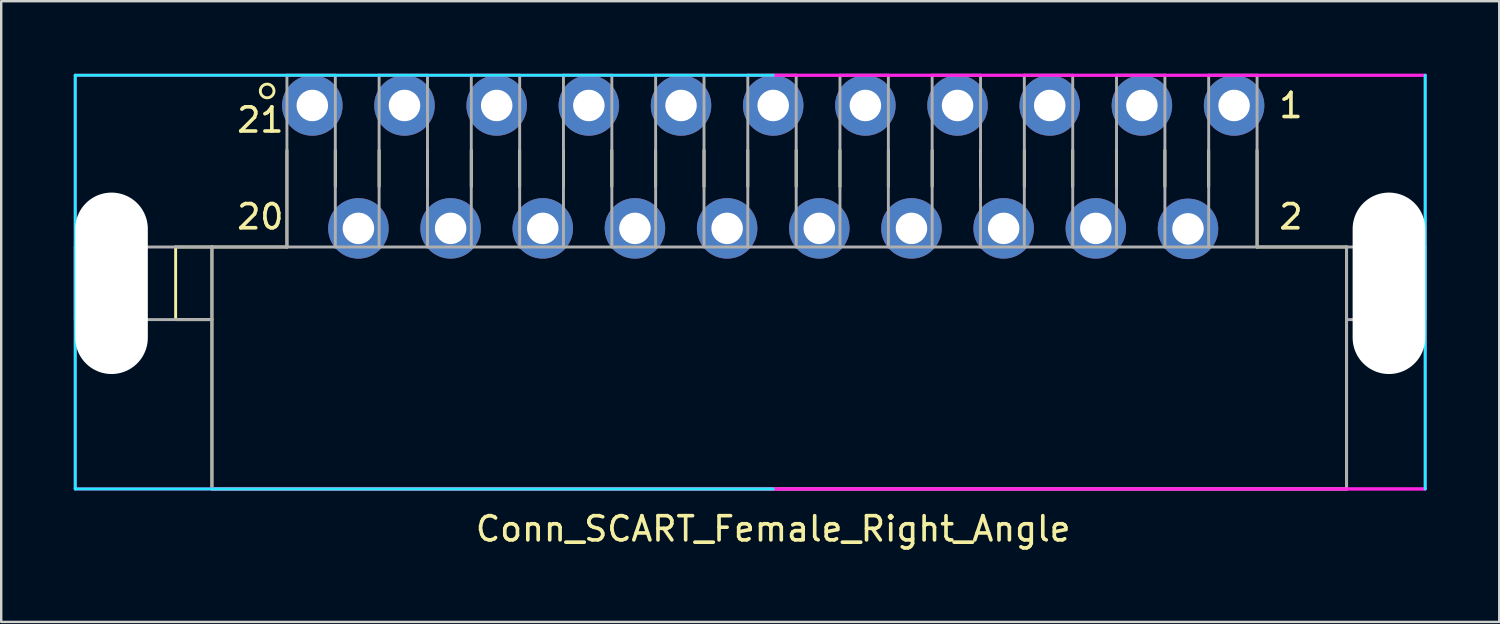
<source format=kicad_pcb>
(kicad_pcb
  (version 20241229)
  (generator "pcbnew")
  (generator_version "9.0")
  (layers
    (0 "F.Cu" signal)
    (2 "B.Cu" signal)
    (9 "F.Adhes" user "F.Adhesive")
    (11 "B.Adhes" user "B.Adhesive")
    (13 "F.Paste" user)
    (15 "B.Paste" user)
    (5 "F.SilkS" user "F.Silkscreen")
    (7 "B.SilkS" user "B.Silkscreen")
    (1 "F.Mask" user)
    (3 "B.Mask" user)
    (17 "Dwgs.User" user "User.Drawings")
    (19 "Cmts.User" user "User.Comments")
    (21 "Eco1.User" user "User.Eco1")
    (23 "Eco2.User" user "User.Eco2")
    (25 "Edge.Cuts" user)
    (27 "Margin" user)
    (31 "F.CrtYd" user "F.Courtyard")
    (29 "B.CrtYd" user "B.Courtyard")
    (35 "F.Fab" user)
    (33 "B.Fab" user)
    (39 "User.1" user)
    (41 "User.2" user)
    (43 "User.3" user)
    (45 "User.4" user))
  (footprint "Conn_SCART_Female_Right_Angle"
    (layer "F.Cu")
    (at 28.91 11.31)
    (property "Reference" "Conn_SCART_Female_Right_Angle" (at 0 7.5 180) (layer "F.SilkS") (effects (font (size 1 1) (thickness 0.15))))
    (attr through_hole)
    (fp_line (start -24.7 -4.15) (end -23.2 -4.15) (stroke (width 0.12) (type solid)) (layer "F.SilkS"))
    (fp_line (start -24.7 -1.15) (end -24.7 -4.15) (stroke (width 0.12) (type solid)) (layer "F.SilkS"))
    (fp_line (start -23.2 -4.15) (end -20.1 -4.15) (stroke (width 0.12) (type solid)) (layer "F.SilkS"))
    (fp_line (start -23.2 -1.15) (end -24.7 -1.15) (stroke (width 0.12) (type solid)) (layer "F.SilkS"))
    (fp_line (start -23.2 5.85) (end -23.2 -4.15) (stroke (width 0.12) (type solid)) (layer "F.SilkS"))
    (fp_line (start -20.1 -4.15) (end -20.1 -8.15) (stroke (width 0.12) (type solid)) (layer "F.SilkS"))
    (fp_line (start -18.1 -8.15) (end -18.1 -6.65) (stroke (width 0.12) (type solid)) (layer "F.SilkS"))
    (fp_line (start -16.29 -8.15) (end -16.29 -6.65) (stroke (width 0.12) (type solid)) (layer "F.SilkS"))
    (fp_line (start -14.29 -8.15) (end -14.29 -6.65) (stroke (width 0.12) (type solid)) (layer "F.SilkS"))
    (fp_line (start -12.48 -8.15) (end -12.48 -6.65) (stroke (width 0.12) (type solid)) (layer "F.SilkS"))
    (fp_line (start -10.48 -8.15) (end -10.48 -6.65) (stroke (width 0.12) (type solid)) (layer "F.SilkS"))
    (fp_line (start -8.67 -8.15) (end -8.67 -6.65) (stroke (width 0.12) (type solid)) (layer "F.SilkS"))
    (fp_line (start -6.67 -8.15) (end -6.67 -6.65) (stroke (width 0.12) (type solid)) (layer "F.SilkS"))
    (fp_line (start -4.86 -8.15) (end -4.86 -6.65) (stroke (width 0.12) (type solid)) (layer "F.SilkS"))
    (fp_line (start -2.86 -8.15) (end -2.86 -6.65) (stroke (width 0.12) (type solid)) (layer "F.SilkS"))
    (fp_line (start -1.05 -8.15) (end -1.05 -6.65) (stroke (width 0.12) (type solid)) (layer "F.SilkS"))
    (fp_line (start 0.95 -8.15) (end 0.95 -6.65) (stroke (width 0.12) (type solid)) (layer "F.SilkS"))
    (fp_line (start 2.76 -8.15) (end 2.76 -6.65) (stroke (width 0.12) (type solid)) (layer "F.SilkS"))
    (fp_line (start 4.76 -8.15) (end 4.76 -6.65) (stroke (width 0.12) (type solid)) (layer "F.SilkS"))
    (fp_line (start 6.57 -8.15) (end 6.57 -6.65) (stroke (width 0.12) (type solid)) (layer "F.SilkS"))
    (fp_line (start 8.57 -8.15) (end 8.57 -6.65) (stroke (width 0.12) (type solid)) (layer "F.SilkS"))
    (fp_line (start 10.38 -8.15) (end 10.38 -6.65) (stroke (width 0.12) (type solid)) (layer "F.SilkS"))
    (fp_line (start 12.38 -8.15) (end 12.38 -6.65) (stroke (width 0.12) (type solid)) (layer "F.SilkS"))
    (fp_line (start 14.19 -8.15) (end 14.19 -6.65) (stroke (width 0.12) (type solid)) (layer "F.SilkS"))
    (fp_line (start 16.19 -8.15) (end 16.19 -6.65) (stroke (width 0.12) (type solid)) (layer "F.SilkS"))
    (fp_line (start 18 -8.15) (end 18 -6.65) (stroke (width 0.12) (type solid)) (layer "F.SilkS"))
    (fp_line (start 20 -4.15) (end 20 -8.15) (stroke (width 0.12) (type solid)) (layer "F.SilkS"))
    (fp_line (start 23.7 -4.15) (end 20 -4.15) (stroke (width 0.12) (type solid)) (layer "F.SilkS"))
    (fp_line (start 23.7 5.85) (end -23.2 5.85) (stroke (width 0.12) (type solid)) (layer "F.SilkS"))
    (fp_line (start 23.7 5.85) (end 23.7 -4.15) (stroke (width 0.12) (type solid)) (layer "F.SilkS"))
    (fp_circle (center -20.917 -10.6) (end -21.117 -10.4) (stroke (width 0.12) (type solid)) (fill no) (layer "F.SilkS"))
    (fp_line (start -28.85 -11.25) (end -28.85 5.85) (stroke (width 0.12) (type solid)) (layer "B.CrtYd"))
    (fp_line (start 0 -11.25) (end -28.85 -11.25) (stroke (width 0.12) (type solid)) (layer "B.CrtYd"))
    (fp_line (start 0 5.85) (end -28.85 5.85) (stroke (width 0.12) (type solid)) (layer "B.CrtYd"))
    (fp_line (start 26.95 5.85) (end 26.95 -11.25) (stroke (width 0.12) (type solid)) (layer "B.CrtYd"))
    (fp_line (start -28.85 -11.25) (end -28.85 5.85) (stroke (width 0.12) (type solid)) (layer "F.CrtYd"))
    (fp_line (start 0 -11.25) (end -28.85 -11.25) (stroke (width 0.12) (type solid)) (layer "F.CrtYd"))
    (fp_line (start 0 -11.25) (end 26.95 -11.25) (stroke (width 0.12) (type solid)) (layer "F.CrtYd"))
    (fp_line (start 0 -11.25) (end 26.95 -11.25) (stroke (width 0.12) (type solid)) (layer "F.CrtYd"))
    (fp_line (start 0 5.85) (end -28.85 5.85) (stroke (width 0.12) (type solid)) (layer "F.CrtYd"))
    (fp_line (start 0 5.85) (end 26.95 5.85) (stroke (width 0.12) (type solid)) (layer "F.CrtYd"))
    (fp_line (start 0 5.85) (end 26.95 5.85) (stroke (width 0.12) (type solid)) (layer "F.CrtYd"))
    (fp_line (start 26.95 5.85) (end 26.95 -11.25) (stroke (width 0.12) (type solid)) (layer "F.CrtYd"))
    (fp_line (start -28.85 -1.15) (end -28.85 -4.15) (stroke (width 0.12) (type solid)) (layer "F.Fab"))
    (fp_line (start -23.2 -4.15) (end -28.85 -4.15) (stroke (width 0.12) (type solid)) (layer "F.Fab"))
    (fp_line (start -23.2 -4.15) (end 23.7 -4.15) (stroke (width 0.12) (type solid)) (layer "F.Fab"))
    (fp_line (start -23.2 -1.15) (end -28.85 -1.15) (stroke (width 0.12) (type solid)) (layer "F.Fab"))
    (fp_line (start -23.2 5.85) (end -23.2 -4.15) (stroke (width 0.12) (type solid)) (layer "F.Fab"))
    (fp_line (start -20.1 -4.15) (end -20.1 -11.25) (stroke (width 0.12) (type solid)) (layer "F.Fab"))
    (fp_line (start -18.1 -11.25) (end -20.1 -11.25) (stroke (width 0.12) (type solid)) (layer "F.Fab"))
    (fp_line (start -18.1 -4.15) (end -18.1 -11.25) (stroke (width 0.12) (type solid)) (layer "F.Fab"))
    (fp_line (start -16.29 -4.15) (end -16.29 -11.25) (stroke (width 0.12) (type solid)) (layer "F.Fab"))
    (fp_line (start -14.29 -11.25) (end -16.29 -11.25) (stroke (width 0.12) (type solid)) (layer "F.Fab"))
    (fp_line (start -14.29 -4.15) (end -14.29 -11.25) (stroke (width 0.12) (type solid)) (layer "F.Fab"))
    (fp_line (start -12.48 -4.15) (end -12.48 -11.25) (stroke (width 0.12) (type solid)) (layer "F.Fab"))
    (fp_line (start -10.48 -11.25) (end -12.48 -11.25) (stroke (width 0.12) (type solid)) (layer "F.Fab"))
    (fp_line (start -10.48 -4.15) (end -10.48 -11.25) (stroke (width 0.12) (type solid)) (layer "F.Fab"))
    (fp_line (start -8.67 -4.15) (end -8.67 -11.25) (stroke (width 0.12) (type solid)) (layer "F.Fab"))
    (fp_line (start -6.67 -11.25) (end -8.67 -11.25) (stroke (width 0.12) (type solid)) (layer "F.Fab"))
    (fp_line (start -6.67 -4.15) (end -6.67 -11.25) (stroke (width 0.12) (type solid)) (layer "F.Fab"))
    (fp_line (start -4.86 -4.15) (end -4.86 -11.25) (stroke (width 0.12) (type solid)) (layer "F.Fab"))
    (fp_line (start -2.86 -11.25) (end -4.86 -11.25) (stroke (width 0.12) (type solid)) (layer "F.Fab"))
    (fp_line (start -2.86 -4.15) (end -2.86 -11.25) (stroke (width 0.12) (type solid)) (layer "F.Fab"))
    (fp_line (start -1.05 -4.15) (end -1.05 -11.25) (stroke (width 0.12) (type solid)) (layer "F.Fab"))
    (fp_line (start 0 5.85) (end -23.2 5.85) (stroke (width 0.12) (type solid)) (layer "F.Fab"))
    (fp_line (start 0 5.85) (end 23.7 5.85) (stroke (width 0.12) (type solid)) (layer "F.Fab"))
    (fp_line (start 0.95 -11.25) (end -1.05 -11.25) (stroke (width 0.12) (type solid)) (layer "F.Fab"))
    (fp_line (start 0.95 -4.15) (end 0.95 -11.25) (stroke (width 0.12) (type solid)) (layer "F.Fab"))
    (fp_line (start 2.76 -4.15) (end 2.76 -11.25) (stroke (width 0.12) (type solid)) (layer "F.Fab"))
    (fp_line (start 4.76 -11.25) (end 2.76 -11.25) (stroke (width 0.12) (type solid)) (layer "F.Fab"))
    (fp_line (start 4.76 -4.15) (end 4.76 -11.25) (stroke (width 0.12) (type solid)) (layer "F.Fab"))
    (fp_line (start 6.57 -4.15) (end 6.57 -11.25) (stroke (width 0.12) (type solid)) (layer "F.Fab"))
    (fp_line (start 8.57 -11.25) (end 6.57 -11.25) (stroke (width 0.12) (type solid)) (layer "F.Fab"))
    (fp_line (start 8.57 -4.15) (end 8.57 -11.25) (stroke (width 0.12) (type solid)) (layer "F.Fab"))
    (fp_line (start 10.38 -4.15) (end 10.38 -11.25) (stroke (width 0.12) (type solid)) (layer "F.Fab"))
    (fp_line (start 12.38 -11.25) (end 10.38 -11.25) (stroke (width 0.12) (type solid)) (layer "F.Fab"))
    (fp_line (start 12.38 -4.15) (end 12.38 -11.25) (stroke (width 0.12) (type solid)) (layer "F.Fab"))
    (fp_line (start 14.19 -4.15) (end 14.19 -11.25) (stroke (width 0.12) (type solid)) (layer "F.Fab"))
    (fp_line (start 16.19 -11.25) (end 14.19 -11.25) (stroke (width 0.12) (type solid)) (layer "F.Fab"))
    (fp_line (start 16.19 -4.15) (end 16.19 -11.25) (stroke (width 0.12) (type solid)) (layer "F.Fab"))
    (fp_line (start 18 -4.15) (end 18 -11.25) (stroke (width 0.12) (type solid)) (layer "F.Fab"))
    (fp_line (start 20 -11.25) (end 18 -11.25) (stroke (width 0.12) (type solid)) (layer "F.Fab"))
    (fp_line (start 20 -4.15) (end 20 -11.25) (stroke (width 0.12) (type solid)) (layer "F.Fab"))
    (fp_line (start 23.7 -4.15) (end 23.7 5.85) (stroke (width 0.12) (type solid)) (layer "F.Fab"))
    (fp_line (start 23.7 -4.15) (end 26.95 -4.15) (stroke (width 0.12) (type solid)) (layer "F.Fab"))
    (fp_line (start 23.7 -1.15) (end 26.95 -1.15) (stroke (width 0.12) (type solid)) (layer "F.Fab"))
    (fp_line (start 26.95 -1.15) (end 26.95 -4.15) (stroke (width 0.12) (type solid)) (layer "F.Fab"))
    (fp_text user "21" (at -21.2 -9.4 180) (layer "F.SilkS") (effects (font (size 1 1) (thickness 0.15))))
    (fp_text user "2" (at 21.4 -5.4 180) (layer "F.SilkS") (effects (font (size 1 1) (thickness 0.15))))
    (fp_text user "1" (at 21.4 -10 180) (layer "F.SilkS") (effects (font (size 1 1) (thickness 0.15))))
    (fp_text user "20" (at -21.2 -5.4 180) (layer "F.SilkS") (effects (font (size 1 1) (thickness 0.15))))
    (pad "" np_thru_hole oval (at -27.35 -2.65 180) (size 3 7.5) (drill oval 3 7.5) (layers "*.Cu" "*.Mask"))
    (pad "" np_thru_hole oval (at 25.45 -2.65 180) (size 3 7.5) (drill oval 3 7.5) (layers "*.Cu" "*.Mask"))
    (pad "1" thru_hole circle (at 19.05 -10 180) (size 2.5 2.5) (drill 1.3) (layers "*.Cu" "*.Mask"))
    (pad "2" thru_hole circle (at 17.145 -4.9 180) (size 2.5 2.5) (drill 1.3) (layers "*.Cu" "*.Mask"))
    (pad "3" thru_hole circle (at 15.24 -10 180) (size 2.5 2.5) (drill 1.3) (layers "*.Cu" "*.Mask"))
    (pad "4" thru_hole circle (at 13.335 -4.92 180) (size 2.5 2.5) (drill 1.3) (layers "*.Cu" "*.Mask"))
    (pad "5" thru_hole circle (at 11.43 -10 180) (size 2.5 2.5) (drill 1.3) (layers "*.Cu" "*.Mask"))
    (pad "6" thru_hole circle (at 9.525 -4.92 180) (size 2.5 2.5) (drill 1.3) (layers "*.Cu" "*.Mask"))
    (pad "7" thru_hole circle (at 7.62 -10 180) (size 2.5 2.5) (drill 1.3) (layers "*.Cu" "*.Mask"))
    (pad "8" thru_hole circle (at 5.715 -4.92 180) (size 2.5 2.5) (drill 1.3) (layers "*.Cu" "*.Mask"))
    (pad "9" thru_hole circle (at 3.81 -10 180) (size 2.5 2.5) (drill 1.3) (layers "*.Cu" "*.Mask"))
    (pad "10" thru_hole circle (at 1.905 -4.92 180) (size 2.5 2.5) (drill 1.3) (layers "*.Cu" "*.Mask"))
    (pad "11" thru_hole circle (at 0 -10 180) (size 2.5 2.5) (drill 1.3) (layers "*.Cu" "*.Mask"))
    (pad "12" thru_hole circle (at -1.905 -4.92 180) (size 2.5 2.5) (drill 1.3) (layers "*.Cu" "*.Mask"))
    (pad "13" thru_hole circle (at -3.81 -10 180) (size 2.5 2.5) (drill 1.3) (layers "*.Cu" "*.Mask"))
    (pad "14" thru_hole circle (at -5.715 -4.92 180) (size 2.5 2.5) (drill 1.3) (layers "*.Cu" "*.Mask"))
    (pad "15" thru_hole circle (at -7.62 -10 180) (size 2.5 2.5) (drill 1.3) (layers "*.Cu" "*.Mask"))
    (pad "16" thru_hole circle (at -9.525 -4.92 180) (size 2.5 2.5) (drill 1.3) (layers "*.Cu" "*.Mask"))
    (pad "17" thru_hole circle (at -11.43 -10 180) (size 2.5 2.5) (drill 1.3) (layers "*.Cu" "*.Mask"))
    (pad "18" thru_hole circle (at -13.335 -4.92 180) (size 2.5 2.5) (drill 1.3) (layers "*.Cu" "*.Mask"))
    (pad "19" thru_hole circle (at -15.24 -10 180) (size 2.5 2.5) (drill 1.3) (layers "*.Cu" "*.Mask"))
    (pad "20" thru_hole circle (at -17.145 -4.92 180) (size 2.5 2.5) (drill 1.3) (layers "*.Cu" "*.Mask"))
    (pad "21" thru_hole circle (at -19.05 -10 180) (size 2.5 2.5) (drill 1.3) (layers "*.Cu" "*.Mask")))
  (gr_rect
    (start -3 -3)
    (end 58.92 22.658)
    (stroke (width 0.1) (type default))
    (fill no)
    (layer "Edge.Cuts")))
</source>
